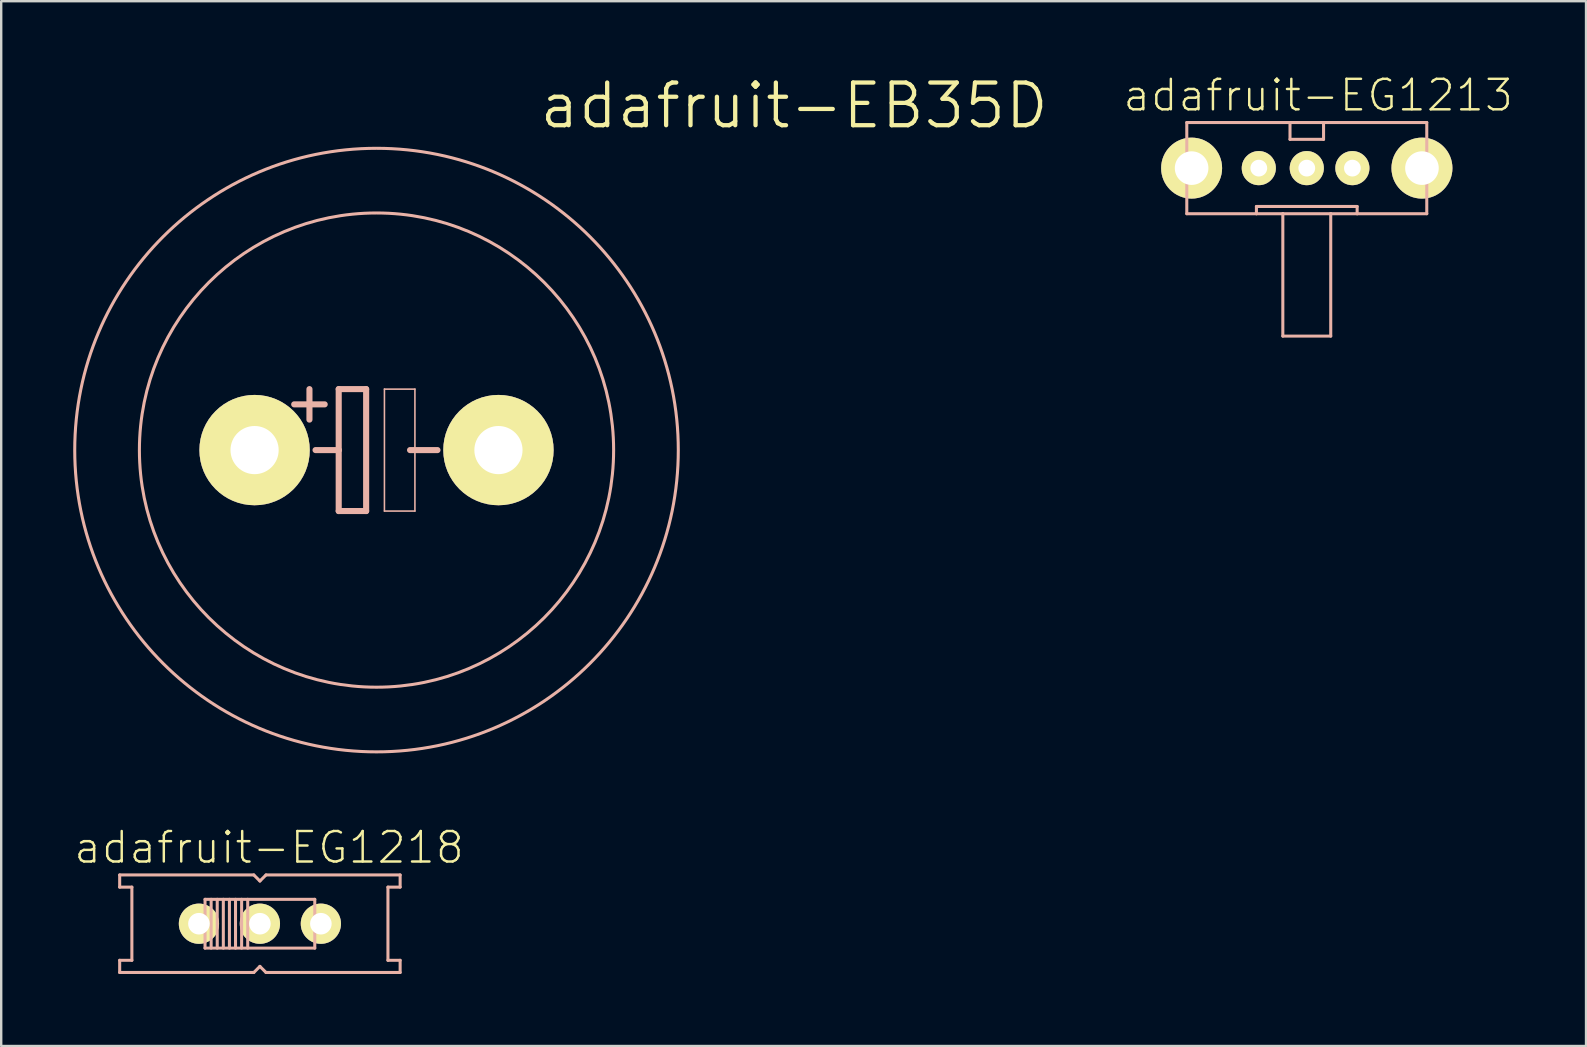
<source format=kicad_pcb>
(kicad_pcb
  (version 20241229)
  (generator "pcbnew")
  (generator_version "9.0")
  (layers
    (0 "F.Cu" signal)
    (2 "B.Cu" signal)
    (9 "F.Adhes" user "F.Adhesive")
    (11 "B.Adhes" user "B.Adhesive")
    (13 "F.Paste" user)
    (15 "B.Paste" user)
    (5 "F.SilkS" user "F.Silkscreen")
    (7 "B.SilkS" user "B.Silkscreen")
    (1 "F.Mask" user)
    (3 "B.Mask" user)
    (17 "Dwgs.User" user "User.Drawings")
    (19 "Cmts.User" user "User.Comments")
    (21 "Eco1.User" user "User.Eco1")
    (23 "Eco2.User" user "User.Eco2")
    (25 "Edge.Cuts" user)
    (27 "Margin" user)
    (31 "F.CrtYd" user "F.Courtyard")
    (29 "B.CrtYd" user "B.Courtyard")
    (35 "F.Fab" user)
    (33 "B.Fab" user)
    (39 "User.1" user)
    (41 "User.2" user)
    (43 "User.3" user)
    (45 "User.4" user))
  (footprint "adafruit-EB35D"
    (layer "F.Cu")
    (at 12.636 15.701)
    (property "Reference" "adafruit-EB35D" (at 17.399 -14.348 0) (layer "F.SilkS") (effects (font (size 1.778 1.778) (thickness 0.178))))
    (attr exclude_from_pos_files exclude_from_bom)
    (fp_line (start -2.794 -2.54) (end -2.794 -1.27) (stroke (width 0.254) (type solid)) (layer "B.SilkS"))
    (fp_line (start -2.54 0) (end -1.575 0) (stroke (width 0.254) (type solid)) (layer "B.SilkS"))
    (fp_line (start -2.159 -1.905) (end -3.429 -1.905) (stroke (width 0.254) (type solid)) (layer "B.SilkS"))
    (fp_line (start -1.575 -2.54) (end -0.432 -2.54) (stroke (width 0.254) (type solid)) (layer "B.SilkS"))
    (fp_line (start -1.575 0) (end -1.575 -2.54) (stroke (width 0.254) (type solid)) (layer "B.SilkS"))
    (fp_line (start -1.575 2.54) (end -1.575 0) (stroke (width 0.254) (type solid)) (layer "B.SilkS"))
    (fp_line (start -0.432 -2.54) (end -0.432 2.54) (stroke (width 0.254) (type solid)) (layer "B.SilkS"))
    (fp_line (start -0.432 2.54) (end -1.575 2.54) (stroke (width 0.254) (type solid)) (layer "B.SilkS"))
    (fp_line (start 0.33 -2.54) (end 1.6 -2.54) (stroke (width 0.066) (type solid)) (layer "B.SilkS"))
    (fp_line (start 0.33 2.54) (end 0.33 -2.54) (stroke (width 0.066) (type solid)) (layer "B.SilkS"))
    (fp_line (start 0.33 2.54) (end 1.6 2.54) (stroke (width 0.066) (type solid)) (layer "B.SilkS"))
    (fp_line (start 1.397 0) (end 2.54 0) (stroke (width 0.254) (type solid)) (layer "B.SilkS"))
    (fp_line (start 1.6 2.54) (end 1.6 -2.54) (stroke (width 0.066) (type solid)) (layer "B.SilkS"))
    (fp_circle (center 0 0) (end -8.89 8.89) (stroke (width 0.127) (type solid)) (fill no) (layer "B.SilkS"))
    (fp_circle (center 0 0) (end -6.985 6.985) (stroke (width 0.127) (type solid)) (fill no) (layer "B.SilkS"))
    (pad "+" thru_hole circle (at -5.08 0) (size 4.597 4.597) (drill 2.007) (layers "*.Cu" "F.Mask" "F.SilkS" "F.Paste"))
    (pad "-" thru_hole circle (at 5.08 0) (size 4.597 4.597) (drill 2.007) (layers "*.Cu" "F.Mask" "F.SilkS" "F.Paste")))
  (footprint "adafruit-EG1213"
    (layer "F.Cu")
    (at 51.392 3.954)
    (property "Reference" "adafruit-EG1213" (at 0.475 -3.033 0) (layer "F.SilkS") (effects (font (size 1.27 1.27) (thickness 0.102))))
    (attr exclude_from_pos_files exclude_from_bom)
    (fp_line (start -4.999 -1.9) (end -0.699 -1.9) (stroke (width 0.127) (type solid)) (layer "B.SilkS"))
    (fp_line (start -4.999 1.9) (end -4.999 -1.9) (stroke (width 0.127) (type solid)) (layer "B.SilkS"))
    (fp_line (start -2.098 1.598) (end 2.098 1.598) (stroke (width 0.127) (type solid)) (layer "B.SilkS"))
    (fp_line (start -2.098 1.9) (end -4.999 1.9) (stroke (width 0.127) (type solid)) (layer "B.SilkS"))
    (fp_line (start -2.098 1.9) (end -2.098 1.598) (stroke (width 0.127) (type solid)) (layer "B.SilkS"))
    (fp_line (start -0.998 1.9) (end -2.098 1.9) (stroke (width 0.127) (type solid)) (layer "B.SilkS"))
    (fp_line (start -0.998 1.9) (end -0.998 6.998) (stroke (width 0.127) (type solid)) (layer "B.SilkS"))
    (fp_line (start -0.998 6.998) (end 0.998 6.998) (stroke (width 0.127) (type solid)) (layer "B.SilkS"))
    (fp_line (start -0.699 -1.9) (end -0.699 -1.199) (stroke (width 0.127) (type solid)) (layer "B.SilkS"))
    (fp_line (start -0.699 -1.9) (end 0.699 -1.9) (stroke (width 0.127) (type solid)) (layer "B.SilkS"))
    (fp_line (start -0.699 -1.199) (end 0.699 -1.199) (stroke (width 0.127) (type solid)) (layer "B.SilkS"))
    (fp_line (start 0.699 -1.9) (end 4.999 -1.9) (stroke (width 0.127) (type solid)) (layer "B.SilkS"))
    (fp_line (start 0.699 -1.199) (end 0.699 -1.9) (stroke (width 0.127) (type solid)) (layer "B.SilkS"))
    (fp_line (start 0.998 1.9) (end -0.998 1.9) (stroke (width 0.127) (type solid)) (layer "B.SilkS"))
    (fp_line (start 0.998 6.998) (end 0.998 1.9) (stroke (width 0.127) (type solid)) (layer "B.SilkS"))
    (fp_line (start 2.098 1.598) (end 2.098 1.9) (stroke (width 0.127) (type solid)) (layer "B.SilkS"))
    (fp_line (start 2.098 1.9) (end 0.998 1.9) (stroke (width 0.127) (type solid)) (layer "B.SilkS"))
    (fp_line (start 4.999 -1.9) (end 4.999 1.9) (stroke (width 0.127) (type solid)) (layer "B.SilkS"))
    (fp_line (start 4.999 1.9) (end 2.098 1.9) (stroke (width 0.127) (type solid)) (layer "B.SilkS"))
    (pad "1" thru_hole circle (at -1.999 0) (size 1.422 1.422) (drill 0.699) (layers "*.Cu" "F.Mask" "F.SilkS" "F.Paste"))
    (pad "2" thru_hole circle (at 0 0) (size 1.422 1.422) (drill 0.699) (layers "*.Cu" "F.Mask" "F.SilkS" "F.Paste"))
    (pad "3" thru_hole circle (at 1.9 0) (size 1.422 1.422) (drill 0.699) (layers "*.Cu" "F.Mask" "F.SilkS" "F.Paste"))
    (pad "MT1" thru_hole circle (at -4.798 0) (size 2.54 2.54) (drill 1.4) (layers "*.Cu" "F.Mask" "F.SilkS" "F.Paste"))
    (pad "MT2" thru_hole circle (at 4.798 0) (size 2.54 2.54) (drill 1.4) (layers "*.Cu" "F.Mask" "F.SilkS" "F.Paste")))
  (footprint "adafruit-EG1218"
    (layer "F.Cu")
    (at 7.778 35.433)
    (property "Reference" "adafruit-EG1218" (at 0.381 -3.175 0) (layer "F.SilkS") (effects (font (size 1.27 1.27) (thickness 0.102))))
    (attr exclude_from_pos_files exclude_from_bom)
    (fp_line (start -5.842 -2.032) (end -0.254 -2.032) (stroke (width 0.127) (type solid)) (layer "B.SilkS"))
    (fp_line (start -5.842 -1.524) (end -5.842 -2.032) (stroke (width 0.127) (type solid)) (layer "B.SilkS"))
    (fp_line (start -5.842 1.524) (end -5.334 1.524) (stroke (width 0.127) (type solid)) (layer "B.SilkS"))
    (fp_line (start -5.842 2.032) (end -5.842 1.524) (stroke (width 0.127) (type solid)) (layer "B.SilkS"))
    (fp_line (start -5.334 -1.524) (end -5.842 -1.524) (stroke (width 0.127) (type solid)) (layer "B.SilkS"))
    (fp_line (start -5.334 1.524) (end -5.334 -1.524) (stroke (width 0.127) (type solid)) (layer "B.SilkS"))
    (fp_line (start -2.286 -1.016) (end 2.286 -1.016) (stroke (width 0.127) (type solid)) (layer "B.SilkS"))
    (fp_line (start -2.286 1.016) (end -2.286 -1.016) (stroke (width 0.127) (type solid)) (layer "B.SilkS"))
    (fp_line (start -2.032 -1.016) (end -2.032 1.016) (stroke (width 0.127) (type solid)) (layer "B.SilkS"))
    (fp_line (start -1.778 1.016) (end -1.778 -1.016) (stroke (width 0.127) (type solid)) (layer "B.SilkS"))
    (fp_line (start -1.524 -1.016) (end -1.524 1.016) (stroke (width 0.127) (type solid)) (layer "B.SilkS"))
    (fp_line (start -1.27 1.016) (end -1.27 -1.016) (stroke (width 0.127) (type solid)) (layer "B.SilkS"))
    (fp_line (start -1.016 -1.016) (end -1.016 1.016) (stroke (width 0.127) (type solid)) (layer "B.SilkS"))
    (fp_line (start -0.762 1.016) (end -0.762 -1.016) (stroke (width 0.127) (type solid)) (layer "B.SilkS"))
    (fp_line (start -0.508 -1.016) (end -0.508 1.016) (stroke (width 0.127) (type solid)) (layer "B.SilkS"))
    (fp_line (start -0.254 -2.032) (end 0 -1.778) (stroke (width 0.127) (type solid)) (layer "B.SilkS"))
    (fp_line (start -0.254 2.032) (end -5.842 2.032) (stroke (width 0.127) (type solid)) (layer "B.SilkS"))
    (fp_line (start 0 -1.778) (end 0.254 -2.032) (stroke (width 0.127) (type solid)) (layer "B.SilkS"))
    (fp_line (start 0 1.778) (end -0.254 2.032) (stroke (width 0.127) (type solid)) (layer "B.SilkS"))
    (fp_line (start 0.254 -2.032) (end 5.842 -2.032) (stroke (width 0.127) (type solid)) (layer "B.SilkS"))
    (fp_line (start 0.254 2.032) (end 0 1.778) (stroke (width 0.127) (type solid)) (layer "B.SilkS"))
    (fp_line (start 2.286 -1.016) (end 2.286 1.016) (stroke (width 0.127) (type solid)) (layer "B.SilkS"))
    (fp_line (start 2.286 1.016) (end -2.286 1.016) (stroke (width 0.127) (type solid)) (layer "B.SilkS"))
    (fp_line (start 5.334 -1.524) (end 5.334 1.524) (stroke (width 0.127) (type solid)) (layer "B.SilkS"))
    (fp_line (start 5.334 1.524) (end 5.842 1.524) (stroke (width 0.127) (type solid)) (layer "B.SilkS"))
    (fp_line (start 5.842 -2.032) (end 5.842 -1.524) (stroke (width 0.127) (type solid)) (layer "B.SilkS"))
    (fp_line (start 5.842 -1.524) (end 5.334 -1.524) (stroke (width 0.127) (type solid)) (layer "B.SilkS"))
    (fp_line (start 5.842 1.524) (end 5.842 2.032) (stroke (width 0.127) (type solid)) (layer "B.SilkS"))
    (fp_line (start 5.842 2.032) (end 0.254 2.032) (stroke (width 0.127) (type solid)) (layer "B.SilkS"))
    (pad "O" thru_hole circle (at -2.54 0) (size 1.676 1.676) (drill 0.899) (layers "*.Cu" "F.Mask" "F.SilkS" "F.Paste"))
    (pad "P" thru_hole circle (at 0 0) (size 1.676 1.676) (drill 0.899) (layers "*.Cu" "F.Mask" "F.SilkS" "F.Paste"))
    (pad "S" thru_hole circle (at 2.54 0) (size 1.676 1.676) (drill 0.899) (layers "*.Cu" "F.Mask" "F.SilkS" "F.Paste")))
  (gr_rect
    (start -3 -3)
    (end 63.026 40.528)
    (stroke (width 0.1) (type default))
    (fill no)
    (layer "Edge.Cuts")))
</source>
